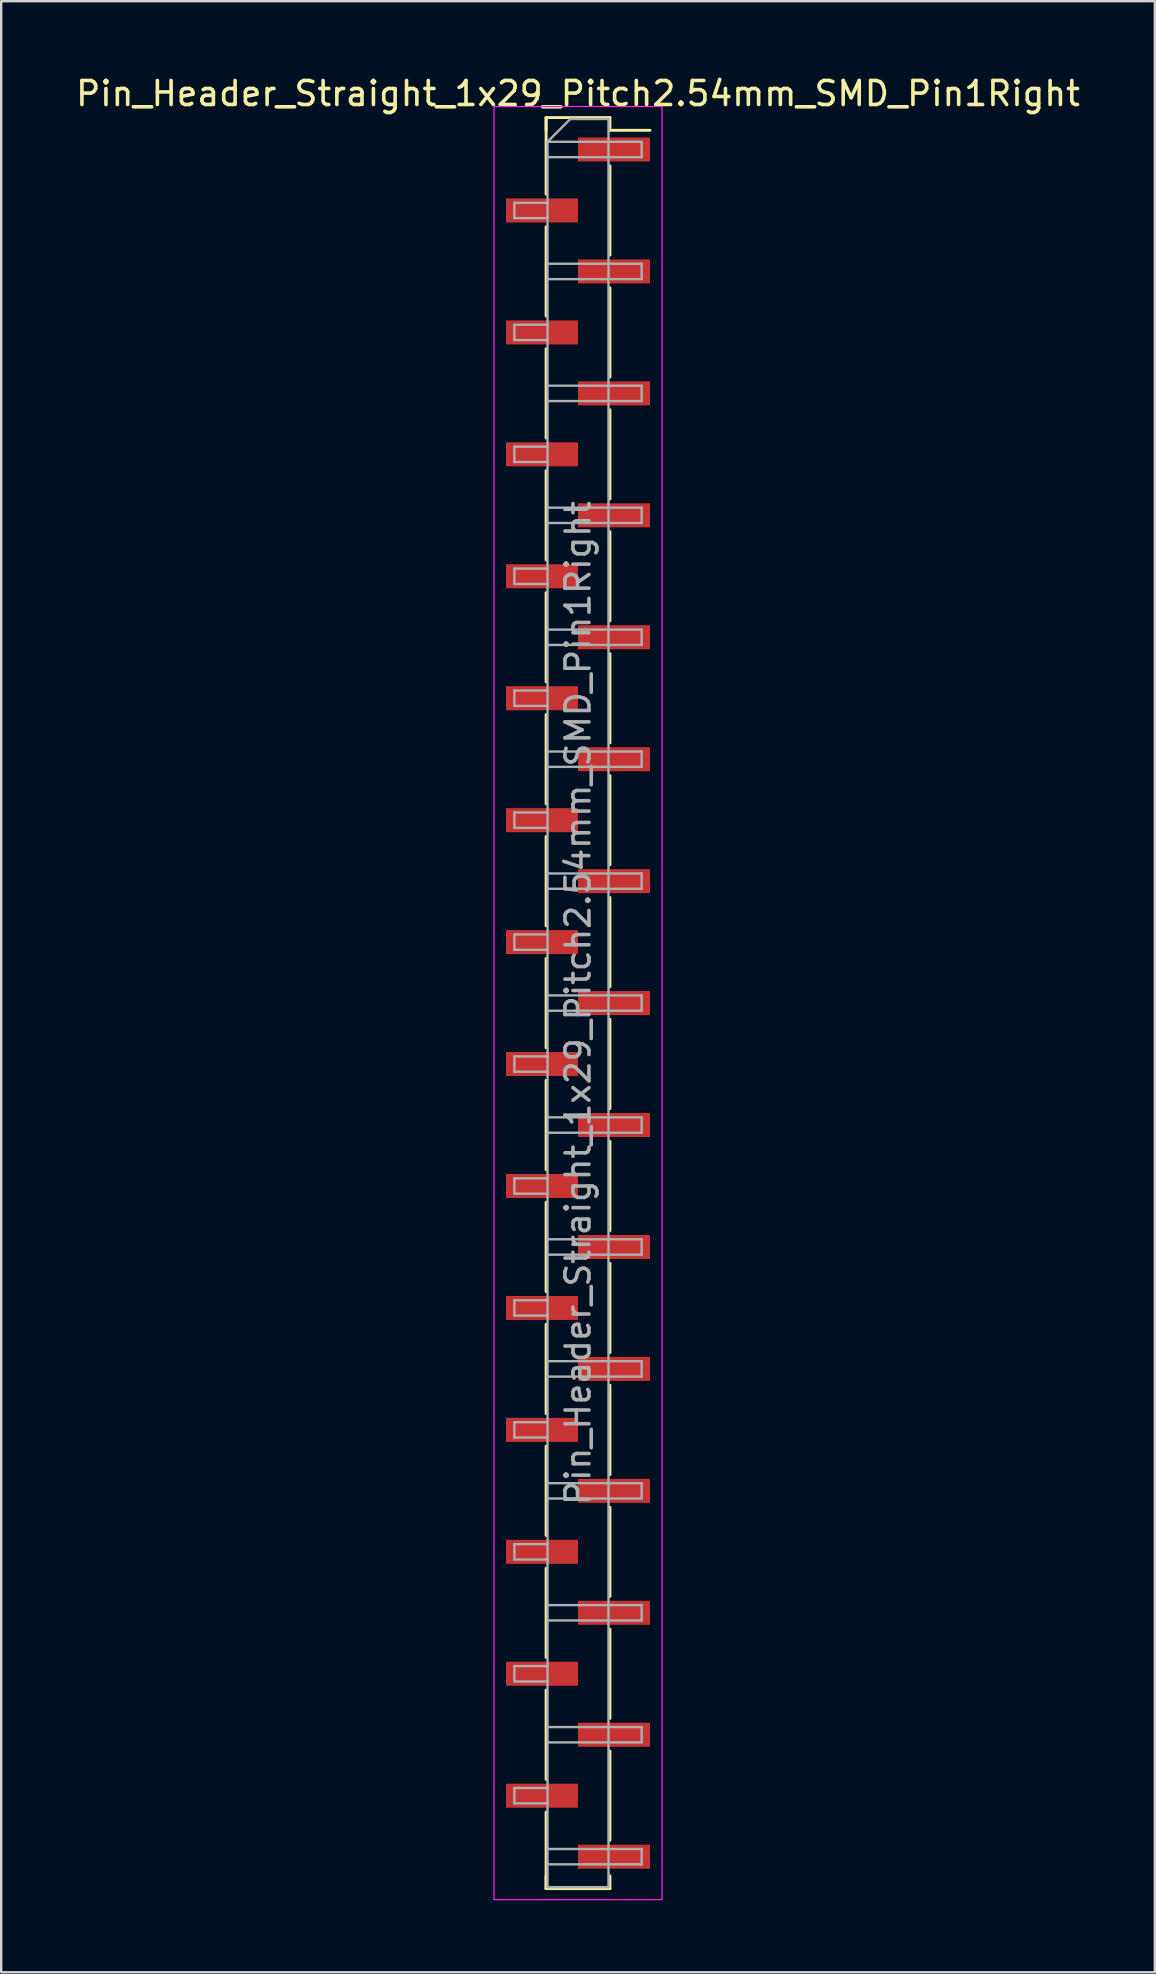
<source format=kicad_pcb>
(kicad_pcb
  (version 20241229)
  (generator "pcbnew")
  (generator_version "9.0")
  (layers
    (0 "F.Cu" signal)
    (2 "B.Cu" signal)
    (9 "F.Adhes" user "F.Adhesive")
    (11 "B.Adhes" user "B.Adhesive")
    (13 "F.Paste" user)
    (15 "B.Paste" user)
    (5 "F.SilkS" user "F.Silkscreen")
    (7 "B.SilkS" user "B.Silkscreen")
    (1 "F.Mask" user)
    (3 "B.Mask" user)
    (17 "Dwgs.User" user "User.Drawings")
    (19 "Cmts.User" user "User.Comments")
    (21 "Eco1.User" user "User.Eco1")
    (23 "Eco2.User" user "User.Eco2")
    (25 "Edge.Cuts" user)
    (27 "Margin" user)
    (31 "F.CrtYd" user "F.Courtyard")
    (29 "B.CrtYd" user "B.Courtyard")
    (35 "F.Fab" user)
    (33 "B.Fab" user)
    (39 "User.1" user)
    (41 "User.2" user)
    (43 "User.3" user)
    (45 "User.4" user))
  (footprint "Pin_Header_Straight_1x29_Pitch2.54mm_SMD_Pin1Right"
    (layer "F.Cu")
    (at 21.03 38.738)
    (property "Reference" "Pin_Header_Straight_1x29_Pitch2.54mm_SMD_Pin1Right" (at 0 -37.89 0) (layer "F.SilkS") (effects (font (size 1 1) (thickness 0.15))))
    (attr smd)
    (fp_line (start -1.33 -36.89) (end -1.33 -33.7) (stroke (width 0.12) (type solid)) (layer "F.SilkS"))
    (fp_line (start -1.33 -36.89) (end 1.33 -36.89) (stroke (width 0.12) (type solid)) (layer "F.SilkS"))
    (fp_line (start -1.33 -36.36) (end -1.33 -36.89) (stroke (width 0.12) (type solid)) (layer "F.SilkS"))
    (fp_line (start -1.33 -32.34) (end -1.33 -28.62) (stroke (width 0.12) (type solid)) (layer "F.SilkS"))
    (fp_line (start -1.33 -27.26) (end -1.33 -23.54) (stroke (width 0.12) (type solid)) (layer "F.SilkS"))
    (fp_line (start -1.33 -22.18) (end -1.33 -18.46) (stroke (width 0.12) (type solid)) (layer "F.SilkS"))
    (fp_line (start -1.33 -17.1) (end -1.33 -13.38) (stroke (width 0.12) (type solid)) (layer "F.SilkS"))
    (fp_line (start -1.33 -12.02) (end -1.33 -8.3) (stroke (width 0.12) (type solid)) (layer "F.SilkS"))
    (fp_line (start -1.33 -6.94) (end -1.33 -3.22) (stroke (width 0.12) (type solid)) (layer "F.SilkS"))
    (fp_line (start -1.33 -1.86) (end -1.33 1.86) (stroke (width 0.12) (type solid)) (layer "F.SilkS"))
    (fp_line (start -1.33 3.22) (end -1.33 6.94) (stroke (width 0.12) (type solid)) (layer "F.SilkS"))
    (fp_line (start -1.33 8.3) (end -1.33 12.02) (stroke (width 0.12) (type solid)) (layer "F.SilkS"))
    (fp_line (start -1.33 13.38) (end -1.33 17.1) (stroke (width 0.12) (type solid)) (layer "F.SilkS"))
    (fp_line (start -1.33 18.46) (end -1.33 22.18) (stroke (width 0.12) (type solid)) (layer "F.SilkS"))
    (fp_line (start -1.33 23.54) (end -1.33 27.26) (stroke (width 0.12) (type solid)) (layer "F.SilkS"))
    (fp_line (start -1.33 28.62) (end -1.33 32.34) (stroke (width 0.12) (type solid)) (layer "F.SilkS"))
    (fp_line (start -1.33 33.7) (end -1.33 36.89) (stroke (width 0.12) (type solid)) (layer "F.SilkS"))
    (fp_line (start -1.33 36.36) (end -1.33 36.89) (stroke (width 0.12) (type solid)) (layer "F.SilkS"))
    (fp_line (start -1.33 36.89) (end 1.33 36.89) (stroke (width 0.12) (type solid)) (layer "F.SilkS"))
    (fp_line (start 1.33 -36.89) (end 1.33 -36.36) (stroke (width 0.12) (type solid)) (layer "F.SilkS"))
    (fp_line (start 1.33 -36.36) (end 3 -36.36) (stroke (width 0.12) (type solid)) (layer "F.SilkS"))
    (fp_line (start 1.33 -34.88) (end 1.33 -31.16) (stroke (width 0.12) (type solid)) (layer "F.SilkS"))
    (fp_line (start 1.33 -29.8) (end 1.33 -26.08) (stroke (width 0.12) (type solid)) (layer "F.SilkS"))
    (fp_line (start 1.33 -24.72) (end 1.33 -21) (stroke (width 0.12) (type solid)) (layer "F.SilkS"))
    (fp_line (start 1.33 -19.64) (end 1.33 -15.92) (stroke (width 0.12) (type solid)) (layer "F.SilkS"))
    (fp_line (start 1.33 -14.56) (end 1.33 -10.84) (stroke (width 0.12) (type solid)) (layer "F.SilkS"))
    (fp_line (start 1.33 -9.48) (end 1.33 -5.76) (stroke (width 0.12) (type solid)) (layer "F.SilkS"))
    (fp_line (start 1.33 -4.4) (end 1.33 -0.68) (stroke (width 0.12) (type solid)) (layer "F.SilkS"))
    (fp_line (start 1.33 0.68) (end 1.33 4.4) (stroke (width 0.12) (type solid)) (layer "F.SilkS"))
    (fp_line (start 1.33 5.76) (end 1.33 9.48) (stroke (width 0.12) (type solid)) (layer "F.SilkS"))
    (fp_line (start 1.33 10.84) (end 1.33 14.56) (stroke (width 0.12) (type solid)) (layer "F.SilkS"))
    (fp_line (start 1.33 15.92) (end 1.33 19.64) (stroke (width 0.12) (type solid)) (layer "F.SilkS"))
    (fp_line (start 1.33 21) (end 1.33 24.72) (stroke (width 0.12) (type solid)) (layer "F.SilkS"))
    (fp_line (start 1.33 26.08) (end 1.33 29.8) (stroke (width 0.12) (type solid)) (layer "F.SilkS"))
    (fp_line (start 1.33 31.16) (end 1.33 34.88) (stroke (width 0.12) (type solid)) (layer "F.SilkS"))
    (fp_line (start 1.33 36.89) (end 1.33 36.36) (stroke (width 0.12) (type solid)) (layer "F.SilkS"))
    (fp_line (start -3.5 -37.35) (end -3.5 37.35) (stroke (width 0.05) (type solid)) (layer "F.CrtYd"))
    (fp_line (start -3.5 37.35) (end 3.5 37.35) (stroke (width 0.05) (type solid)) (layer "F.CrtYd"))
    (fp_line (start 3.5 -37.35) (end -3.5 -37.35) (stroke (width 0.05) (type solid)) (layer "F.CrtYd"))
    (fp_line (start 3.5 37.35) (end 3.5 -37.35) (stroke (width 0.05) (type solid)) (layer "F.CrtYd"))
    (fp_line (start -2.65 -33.34) (end -2.65 -32.7) (stroke (width 0.1) (type solid)) (layer "F.Fab"))
    (fp_line (start -2.65 -32.7) (end -1.27 -32.7) (stroke (width 0.1) (type solid)) (layer "F.Fab"))
    (fp_line (start -2.65 -28.26) (end -2.65 -27.62) (stroke (width 0.1) (type solid)) (layer "F.Fab"))
    (fp_line (start -2.65 -27.62) (end -1.27 -27.62) (stroke (width 0.1) (type solid)) (layer "F.Fab"))
    (fp_line (start -2.65 -23.18) (end -2.65 -22.54) (stroke (width 0.1) (type solid)) (layer "F.Fab"))
    (fp_line (start -2.65 -22.54) (end -1.27 -22.54) (stroke (width 0.1) (type solid)) (layer "F.Fab"))
    (fp_line (start -2.65 -18.1) (end -2.65 -17.46) (stroke (width 0.1) (type solid)) (layer "F.Fab"))
    (fp_line (start -2.65 -17.46) (end -1.27 -17.46) (stroke (width 0.1) (type solid)) (layer "F.Fab"))
    (fp_line (start -2.65 -13.02) (end -2.65 -12.38) (stroke (width 0.1) (type solid)) (layer "F.Fab"))
    (fp_line (start -2.65 -12.38) (end -1.27 -12.38) (stroke (width 0.1) (type solid)) (layer "F.Fab"))
    (fp_line (start -2.65 -7.94) (end -2.65 -7.3) (stroke (width 0.1) (type solid)) (layer "F.Fab"))
    (fp_line (start -2.65 -7.3) (end -1.27 -7.3) (stroke (width 0.1) (type solid)) (layer "F.Fab"))
    (fp_line (start -2.65 -2.86) (end -2.65 -2.22) (stroke (width 0.1) (type solid)) (layer "F.Fab"))
    (fp_line (start -2.65 -2.22) (end -1.27 -2.22) (stroke (width 0.1) (type solid)) (layer "F.Fab"))
    (fp_line (start -2.65 2.22) (end -2.65 2.86) (stroke (width 0.1) (type solid)) (layer "F.Fab"))
    (fp_line (start -2.65 2.86) (end -1.27 2.86) (stroke (width 0.1) (type solid)) (layer "F.Fab"))
    (fp_line (start -2.65 7.3) (end -2.65 7.94) (stroke (width 0.1) (type solid)) (layer "F.Fab"))
    (fp_line (start -2.65 7.94) (end -1.27 7.94) (stroke (width 0.1) (type solid)) (layer "F.Fab"))
    (fp_line (start -2.65 12.38) (end -2.65 13.02) (stroke (width 0.1) (type solid)) (layer "F.Fab"))
    (fp_line (start -2.65 13.02) (end -1.27 13.02) (stroke (width 0.1) (type solid)) (layer "F.Fab"))
    (fp_line (start -2.65 17.46) (end -2.65 18.1) (stroke (width 0.1) (type solid)) (layer "F.Fab"))
    (fp_line (start -2.65 18.1) (end -1.27 18.1) (stroke (width 0.1) (type solid)) (layer "F.Fab"))
    (fp_line (start -2.65 22.54) (end -2.65 23.18) (stroke (width 0.1) (type solid)) (layer "F.Fab"))
    (fp_line (start -2.65 23.18) (end -1.27 23.18) (stroke (width 0.1) (type solid)) (layer "F.Fab"))
    (fp_line (start -2.65 27.62) (end -2.65 28.26) (stroke (width 0.1) (type solid)) (layer "F.Fab"))
    (fp_line (start -2.65 28.26) (end -1.27 28.26) (stroke (width 0.1) (type solid)) (layer "F.Fab"))
    (fp_line (start -2.65 32.7) (end -2.65 33.34) (stroke (width 0.1) (type solid)) (layer "F.Fab"))
    (fp_line (start -2.65 33.34) (end -1.27 33.34) (stroke (width 0.1) (type solid)) (layer "F.Fab"))
    (fp_line (start -1.27 -35.88) (end -0.32 -36.83) (stroke (width 0.1) (type solid)) (layer "F.Fab"))
    (fp_line (start -1.27 -35.88) (end 2.65 -35.88) (stroke (width 0.1) (type solid)) (layer "F.Fab"))
    (fp_line (start -1.27 -33.34) (end -2.65 -33.34) (stroke (width 0.1) (type solid)) (layer "F.Fab"))
    (fp_line (start -1.27 -30.8) (end 2.65 -30.8) (stroke (width 0.1) (type solid)) (layer "F.Fab"))
    (fp_line (start -1.27 -28.26) (end -2.65 -28.26) (stroke (width 0.1) (type solid)) (layer "F.Fab"))
    (fp_line (start -1.27 -25.72) (end 2.65 -25.72) (stroke (width 0.1) (type solid)) (layer "F.Fab"))
    (fp_line (start -1.27 -23.18) (end -2.65 -23.18) (stroke (width 0.1) (type solid)) (layer "F.Fab"))
    (fp_line (start -1.27 -20.64) (end 2.65 -20.64) (stroke (width 0.1) (type solid)) (layer "F.Fab"))
    (fp_line (start -1.27 -18.1) (end -2.65 -18.1) (stroke (width 0.1) (type solid)) (layer "F.Fab"))
    (fp_line (start -1.27 -15.56) (end 2.65 -15.56) (stroke (width 0.1) (type solid)) (layer "F.Fab"))
    (fp_line (start -1.27 -13.02) (end -2.65 -13.02) (stroke (width 0.1) (type solid)) (layer "F.Fab"))
    (fp_line (start -1.27 -10.48) (end 2.65 -10.48) (stroke (width 0.1) (type solid)) (layer "F.Fab"))
    (fp_line (start -1.27 -7.94) (end -2.65 -7.94) (stroke (width 0.1) (type solid)) (layer "F.Fab"))
    (fp_line (start -1.27 -5.4) (end 2.65 -5.4) (stroke (width 0.1) (type solid)) (layer "F.Fab"))
    (fp_line (start -1.27 -2.86) (end -2.65 -2.86) (stroke (width 0.1) (type solid)) (layer "F.Fab"))
    (fp_line (start -1.27 -0.32) (end 2.65 -0.32) (stroke (width 0.1) (type solid)) (layer "F.Fab"))
    (fp_line (start -1.27 2.22) (end -2.65 2.22) (stroke (width 0.1) (type solid)) (layer "F.Fab"))
    (fp_line (start -1.27 4.76) (end 2.65 4.76) (stroke (width 0.1) (type solid)) (layer "F.Fab"))
    (fp_line (start -1.27 7.3) (end -2.65 7.3) (stroke (width 0.1) (type solid)) (layer "F.Fab"))
    (fp_line (start -1.27 9.84) (end 2.65 9.84) (stroke (width 0.1) (type solid)) (layer "F.Fab"))
    (fp_line (start -1.27 12.38) (end -2.65 12.38) (stroke (width 0.1) (type solid)) (layer "F.Fab"))
    (fp_line (start -1.27 14.92) (end 2.65 14.92) (stroke (width 0.1) (type solid)) (layer "F.Fab"))
    (fp_line (start -1.27 17.46) (end -2.65 17.46) (stroke (width 0.1) (type solid)) (layer "F.Fab"))
    (fp_line (start -1.27 20) (end 2.65 20) (stroke (width 0.1) (type solid)) (layer "F.Fab"))
    (fp_line (start -1.27 22.54) (end -2.65 22.54) (stroke (width 0.1) (type solid)) (layer "F.Fab"))
    (fp_line (start -1.27 25.08) (end 2.65 25.08) (stroke (width 0.1) (type solid)) (layer "F.Fab"))
    (fp_line (start -1.27 27.62) (end -2.65 27.62) (stroke (width 0.1) (type solid)) (layer "F.Fab"))
    (fp_line (start -1.27 30.16) (end 2.65 30.16) (stroke (width 0.1) (type solid)) (layer "F.Fab"))
    (fp_line (start -1.27 32.7) (end -2.65 32.7) (stroke (width 0.1) (type solid)) (layer "F.Fab"))
    (fp_line (start -1.27 35.24) (end 2.65 35.24) (stroke (width 0.1) (type solid)) (layer "F.Fab"))
    (fp_line (start -1.27 36.83) (end -1.27 -35.88) (stroke (width 0.1) (type solid)) (layer "F.Fab"))
    (fp_line (start -0.32 -36.83) (end 1.27 -36.83) (stroke (width 0.1) (type solid)) (layer "F.Fab"))
    (fp_line (start 1.27 -36.83) (end 1.27 36.83) (stroke (width 0.1) (type solid)) (layer "F.Fab"))
    (fp_line (start 1.27 36.83) (end -1.27 36.83) (stroke (width 0.1) (type solid)) (layer "F.Fab"))
    (fp_line (start 2.65 -35.88) (end 2.65 -35.24) (stroke (width 0.1) (type solid)) (layer "F.Fab"))
    (fp_line (start 2.65 -35.24) (end -1.27 -35.24) (stroke (width 0.1) (type solid)) (layer "F.Fab"))
    (fp_line (start 2.65 -30.8) (end 2.65 -30.16) (stroke (width 0.1) (type solid)) (layer "F.Fab"))
    (fp_line (start 2.65 -30.16) (end -1.27 -30.16) (stroke (width 0.1) (type solid)) (layer "F.Fab"))
    (fp_line (start 2.65 -25.72) (end 2.65 -25.08) (stroke (width 0.1) (type solid)) (layer "F.Fab"))
    (fp_line (start 2.65 -25.08) (end -1.27 -25.08) (stroke (width 0.1) (type solid)) (layer "F.Fab"))
    (fp_line (start 2.65 -20.64) (end 2.65 -20) (stroke (width 0.1) (type solid)) (layer "F.Fab"))
    (fp_line (start 2.65 -20) (end -1.27 -20) (stroke (width 0.1) (type solid)) (layer "F.Fab"))
    (fp_line (start 2.65 -15.56) (end 2.65 -14.92) (stroke (width 0.1) (type solid)) (layer "F.Fab"))
    (fp_line (start 2.65 -14.92) (end -1.27 -14.92) (stroke (width 0.1) (type solid)) (layer "F.Fab"))
    (fp_line (start 2.65 -10.48) (end 2.65 -9.84) (stroke (width 0.1) (type solid)) (layer "F.Fab"))
    (fp_line (start 2.65 -9.84) (end -1.27 -9.84) (stroke (width 0.1) (type solid)) (layer "F.Fab"))
    (fp_line (start 2.65 -5.4) (end 2.65 -4.76) (stroke (width 0.1) (type solid)) (layer "F.Fab"))
    (fp_line (start 2.65 -4.76) (end -1.27 -4.76) (stroke (width 0.1) (type solid)) (layer "F.Fab"))
    (fp_line (start 2.65 -0.32) (end 2.65 0.32) (stroke (width 0.1) (type solid)) (layer "F.Fab"))
    (fp_line (start 2.65 0.32) (end -1.27 0.32) (stroke (width 0.1) (type solid)) (layer "F.Fab"))
    (fp_line (start 2.65 4.76) (end 2.65 5.4) (stroke (width 0.1) (type solid)) (layer "F.Fab"))
    (fp_line (start 2.65 5.4) (end -1.27 5.4) (stroke (width 0.1) (type solid)) (layer "F.Fab"))
    (fp_line (start 2.65 9.84) (end 2.65 10.48) (stroke (width 0.1) (type solid)) (layer "F.Fab"))
    (fp_line (start 2.65 10.48) (end -1.27 10.48) (stroke (width 0.1) (type solid)) (layer "F.Fab"))
    (fp_line (start 2.65 14.92) (end 2.65 15.56) (stroke (width 0.1) (type solid)) (layer "F.Fab"))
    (fp_line (start 2.65 15.56) (end -1.27 15.56) (stroke (width 0.1) (type solid)) (layer "F.Fab"))
    (fp_line (start 2.65 20) (end 2.65 20.64) (stroke (width 0.1) (type solid)) (layer "F.Fab"))
    (fp_line (start 2.65 20.64) (end -1.27 20.64) (stroke (width 0.1) (type solid)) (layer "F.Fab"))
    (fp_line (start 2.65 25.08) (end 2.65 25.72) (stroke (width 0.1) (type solid)) (layer "F.Fab"))
    (fp_line (start 2.65 25.72) (end -1.27 25.72) (stroke (width 0.1) (type solid)) (layer "F.Fab"))
    (fp_line (start 2.65 30.16) (end 2.65 30.8) (stroke (width 0.1) (type solid)) (layer "F.Fab"))
    (fp_line (start 2.65 30.8) (end -1.27 30.8) (stroke (width 0.1) (type solid)) (layer "F.Fab"))
    (fp_line (start 2.65 35.24) (end 2.65 35.88) (stroke (width 0.1) (type solid)) (layer "F.Fab"))
    (fp_line (start 2.65 35.88) (end -1.27 35.88) (stroke (width 0.1) (type solid)) (layer "F.Fab"))
    (fp_text user "${REFERENCE}" (at 0 0 90) (layer "F.Fab") (effects (font (size 1 1) (thickness 0.15))))
    (pad "1" smd rect (at 1.5 -35.56) (size 3 1) (layers "F.Cu" "F.Mask"))
    (pad "2" smd rect (at -1.5 -33.02) (size 3 1) (layers "F.Cu" "F.Mask"))
    (pad "3" smd rect (at 1.5 -30.48) (size 3 1) (layers "F.Cu" "F.Mask"))
    (pad "4" smd rect (at -1.5 -27.94) (size 3 1) (layers "F.Cu" "F.Mask"))
    (pad "5" smd rect (at 1.5 -25.4) (size 3 1) (layers "F.Cu" "F.Mask"))
    (pad "6" smd rect (at -1.5 -22.86) (size 3 1) (layers "F.Cu" "F.Mask"))
    (pad "7" smd rect (at 1.5 -20.32) (size 3 1) (layers "F.Cu" "F.Mask"))
    (pad "8" smd rect (at -1.5 -17.78) (size 3 1) (layers "F.Cu" "F.Mask"))
    (pad "9" smd rect (at 1.5 -15.24) (size 3 1) (layers "F.Cu" "F.Mask"))
    (pad "10" smd rect (at -1.5 -12.7) (size 3 1) (layers "F.Cu" "F.Mask"))
    (pad "11" smd rect (at 1.5 -10.16) (size 3 1) (layers "F.Cu" "F.Mask"))
    (pad "12" smd rect (at -1.5 -7.62) (size 3 1) (layers "F.Cu" "F.Mask"))
    (pad "13" smd rect (at 1.5 -5.08) (size 3 1) (layers "F.Cu" "F.Mask"))
    (pad "14" smd rect (at -1.5 -2.54) (size 3 1) (layers "F.Cu" "F.Mask"))
    (pad "15" smd rect (at 1.5 0) (size 3 1) (layers "F.Cu" "F.Mask"))
    (pad "16" smd rect (at -1.5 2.54) (size 3 1) (layers "F.Cu" "F.Mask"))
    (pad "17" smd rect (at 1.5 5.08) (size 3 1) (layers "F.Cu" "F.Mask"))
    (pad "18" smd rect (at -1.5 7.62) (size 3 1) (layers "F.Cu" "F.Mask"))
    (pad "19" smd rect (at 1.5 10.16) (size 3 1) (layers "F.Cu" "F.Mask"))
    (pad "20" smd rect (at -1.5 12.7) (size 3 1) (layers "F.Cu" "F.Mask"))
    (pad "21" smd rect (at 1.5 15.24) (size 3 1) (layers "F.Cu" "F.Mask"))
    (pad "22" smd rect (at -1.5 17.78) (size 3 1) (layers "F.Cu" "F.Mask"))
    (pad "23" smd rect (at 1.5 20.32) (size 3 1) (layers "F.Cu" "F.Mask"))
    (pad "24" smd rect (at -1.5 22.86) (size 3 1) (layers "F.Cu" "F.Mask"))
    (pad "25" smd rect (at 1.5 25.4) (size 3 1) (layers "F.Cu" "F.Mask"))
    (pad "26" smd rect (at -1.5 27.94) (size 3 1) (layers "F.Cu" "F.Mask"))
    (pad "27" smd rect (at 1.5 30.48) (size 3 1) (layers "F.Cu" "F.Mask"))
    (pad "28" smd rect (at -1.5 33.02) (size 3 1) (layers "F.Cu" "F.Mask"))
    (pad "29" smd rect (at 1.5 35.56) (size 3 1) (layers "F.Cu" "F.Mask")))
  (gr_rect
    (start -3 -3)
    (end 45.06 79.113)
    (stroke (width 0.1) (type default))
    (fill no)
    (layer "Edge.Cuts")))
</source>
